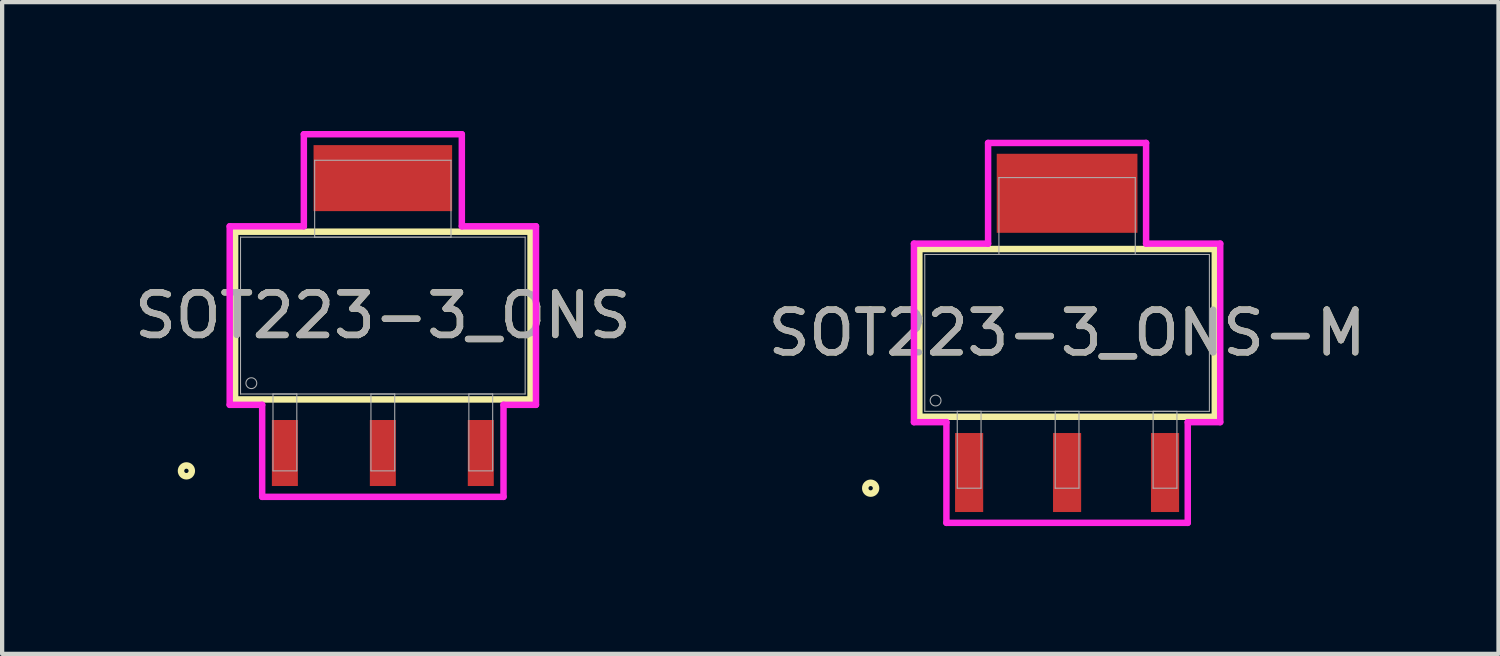
<source format=kicad_pcb>
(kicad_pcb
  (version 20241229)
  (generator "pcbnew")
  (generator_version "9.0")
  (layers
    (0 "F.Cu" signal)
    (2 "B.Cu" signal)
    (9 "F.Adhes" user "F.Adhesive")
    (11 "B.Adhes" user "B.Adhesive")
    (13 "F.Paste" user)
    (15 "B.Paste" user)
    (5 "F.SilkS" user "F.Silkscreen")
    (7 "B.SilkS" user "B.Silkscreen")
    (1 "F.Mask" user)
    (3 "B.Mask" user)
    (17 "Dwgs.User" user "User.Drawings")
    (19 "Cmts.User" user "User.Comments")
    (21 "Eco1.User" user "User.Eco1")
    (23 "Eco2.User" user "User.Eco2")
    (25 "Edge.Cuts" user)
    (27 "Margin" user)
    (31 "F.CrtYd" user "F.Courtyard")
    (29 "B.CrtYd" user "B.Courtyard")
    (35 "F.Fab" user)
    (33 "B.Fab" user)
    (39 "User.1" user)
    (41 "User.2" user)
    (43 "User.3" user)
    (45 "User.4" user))
  (footprint "SOT223-3_ONS-M"
    (layer "F.Cu")
    (at 21.994 4.763)
    (property "Reference" "SOT223-3_ONS-M" (at 0 0 0) (unlocked yes) (layer "F.SilkS") (effects (font (size 1 1) (thickness 0.15))))
    (attr smd)
    (fp_poly (pts (xy 1.651 -4.204) (xy -1.651 -4.204) (xy -1.651 -2.349) (xy 1.651 -2.349)) (stroke (width 0) (type solid)) (fill yes) (layer "F.Cu"))
    (fp_poly (pts (xy 1.702 -4.763) (xy -1.702 -4.763) (xy -1.702 -1.892) (xy 1.702 -1.892)) (stroke (width 0) (type solid)) (fill yes) (layer "F.Mask"))
    (fp_line (start -3.467 -1.968) (end -3.467 1.968) (stroke (width 0.152) (type solid)) (layer "F.SilkS"))
    (fp_line (start -3.467 1.968) (end 3.467 1.968) (stroke (width 0.152) (type solid)) (layer "F.SilkS"))
    (fp_line (start 3.467 -1.968) (end -3.467 -1.968) (stroke (width 0.152) (type solid)) (layer "F.SilkS"))
    (fp_line (start 3.467 1.968) (end 3.467 -1.968) (stroke (width 0.152) (type solid)) (layer "F.SilkS"))
    (fp_circle (center -4.61 3.645) (end -4.483 3.645) (stroke (width 0.152) (type solid)) (fill no) (layer "F.SilkS"))
    (fp_poly (pts (xy 1.651 -4.204) (xy -1.651 -4.204) (xy -1.651 -2.349) (xy 1.651 -2.349)) (stroke (width 0) (type solid)) (fill yes) (layer "F.Paste"))
    (fp_line (start -3.594 -2.095) (end -1.854 -2.095) (stroke (width 0.152) (type solid)) (layer "F.CrtYd"))
    (fp_line (start -3.594 2.095) (end -3.594 -2.095) (stroke (width 0.152) (type solid)) (layer "F.CrtYd"))
    (fp_line (start -2.832 2.095) (end -3.594 2.095) (stroke (width 0.152) (type solid)) (layer "F.CrtYd"))
    (fp_line (start -2.832 4.458) (end -2.832 2.095) (stroke (width 0.152) (type solid)) (layer "F.CrtYd"))
    (fp_line (start -1.854 -4.458) (end 1.854 -4.458) (stroke (width 0.152) (type solid)) (layer "F.CrtYd"))
    (fp_line (start -1.854 -2.095) (end -1.854 -4.458) (stroke (width 0.152) (type solid)) (layer "F.CrtYd"))
    (fp_line (start 1.854 -4.458) (end 1.854 -2.095) (stroke (width 0.152) (type solid)) (layer "F.CrtYd"))
    (fp_line (start 1.854 -2.095) (end 3.594 -2.095) (stroke (width 0.152) (type solid)) (layer "F.CrtYd"))
    (fp_line (start 2.832 2.095) (end 2.832 4.458) (stroke (width 0.152) (type solid)) (layer "F.CrtYd"))
    (fp_line (start 2.832 4.458) (end -2.832 4.458) (stroke (width 0.152) (type solid)) (layer "F.CrtYd"))
    (fp_line (start 3.594 -2.095) (end 3.594 2.095) (stroke (width 0.152) (type solid)) (layer "F.CrtYd"))
    (fp_line (start 3.594 2.095) (end 2.832 2.095) (stroke (width 0.152) (type solid)) (layer "F.CrtYd"))
    (fp_line (start -3.34 -1.841) (end -3.34 1.841) (stroke (width 0.025) (type solid)) (layer "F.Fab"))
    (fp_line (start -3.34 1.841) (end 3.34 1.841) (stroke (width 0.025) (type solid)) (layer "F.Fab"))
    (fp_line (start -2.578 1.841) (end -2.578 3.645) (stroke (width 0.025) (type solid)) (layer "F.Fab"))
    (fp_line (start -2.578 3.645) (end -2.019 3.645) (stroke (width 0.025) (type solid)) (layer "F.Fab"))
    (fp_line (start -2.019 1.841) (end -2.578 1.841) (stroke (width 0.025) (type solid)) (layer "F.Fab"))
    (fp_line (start -2.019 3.645) (end -2.019 1.841) (stroke (width 0.025) (type solid)) (layer "F.Fab"))
    (fp_line (start -1.6 -3.645) (end -1.6 -1.841) (stroke (width 0.025) (type solid)) (layer "F.Fab"))
    (fp_line (start -1.6 -1.841) (end 1.6 -1.841) (stroke (width 0.025) (type solid)) (layer "F.Fab"))
    (fp_line (start -0.279 1.841) (end -0.279 3.645) (stroke (width 0.025) (type solid)) (layer "F.Fab"))
    (fp_line (start -0.279 3.645) (end 0.279 3.645) (stroke (width 0.025) (type solid)) (layer "F.Fab"))
    (fp_line (start 0.279 1.841) (end -0.279 1.841) (stroke (width 0.025) (type solid)) (layer "F.Fab"))
    (fp_line (start 0.279 3.645) (end 0.279 1.841) (stroke (width 0.025) (type solid)) (layer "F.Fab"))
    (fp_line (start 1.6 -3.645) (end -1.6 -3.645) (stroke (width 0.025) (type solid)) (layer "F.Fab"))
    (fp_line (start 1.6 -1.841) (end 1.6 -3.645) (stroke (width 0.025) (type solid)) (layer "F.Fab"))
    (fp_line (start 2.019 1.841) (end 2.019 3.645) (stroke (width 0.025) (type solid)) (layer "F.Fab"))
    (fp_line (start 2.019 3.645) (end 2.578 3.645) (stroke (width 0.025) (type solid)) (layer "F.Fab"))
    (fp_line (start 2.578 1.841) (end 2.019 1.841) (stroke (width 0.025) (type solid)) (layer "F.Fab"))
    (fp_line (start 2.578 3.645) (end 2.578 1.841) (stroke (width 0.025) (type solid)) (layer "F.Fab"))
    (fp_line (start 3.34 -1.841) (end -3.34 -1.841) (stroke (width 0.025) (type solid)) (layer "F.Fab"))
    (fp_line (start 3.34 1.841) (end 3.34 -1.841) (stroke (width 0.025) (type solid)) (layer "F.Fab"))
    (fp_circle (center -3.086 1.587) (end -2.959 1.587) (stroke (width 0.025) (type solid)) (fill no) (layer "F.Fab"))
    (fp_text user "${REFERENCE}" (at 0 0 0) (unlocked yes) (layer "F.Fab") (effects (font (size 1 1) (thickness 0.15))))
    (pad "1" smd rect (at -2.299 3.277) (size 0.66 1.854) (layers "F.Cu" "F.Mask" "F.Paste"))
    (pad "2" smd rect (at 0 3.277) (size 0.66 1.854) (layers "F.Cu" "F.Mask" "F.Paste"))
    (pad "3" smd rect (at 2.299 3.277) (size 0.66 1.854) (layers "F.Cu" "F.Mask" "F.Paste")))
  (footprint "SOT223-3_ONS"
    (layer "F.Cu")
    (at 5.935 4.356)
    (property "Reference" "SOT223-3_ONS" (at 0 0 0) (unlocked yes) (layer "F.SilkS") (effects (font (size 1 1) (thickness 0.15))))
    (attr smd)
    (fp_poly (pts (xy 1.626 -4) (xy -1.626 -4) (xy -1.626 -2.451) (xy 1.626 -2.451)) (stroke (width 0) (type solid)) (fill yes) (layer "F.Cu"))
    (fp_poly (pts (xy 1.651 -4.356) (xy -1.651 -4.356) (xy -1.651 -2.095) (xy 1.651 -2.095)) (stroke (width 0) (type solid)) (fill yes) (layer "F.Mask"))
    (fp_line (start -3.467 -1.968) (end -3.467 1.968) (stroke (width 0.152) (type solid)) (layer "F.SilkS"))
    (fp_line (start -3.467 1.968) (end 3.467 1.968) (stroke (width 0.152) (type solid)) (layer "F.SilkS"))
    (fp_line (start 3.467 -1.968) (end -3.467 -1.968) (stroke (width 0.152) (type solid)) (layer "F.SilkS"))
    (fp_line (start 3.467 1.968) (end 3.467 -1.968) (stroke (width 0.152) (type solid)) (layer "F.SilkS"))
    (fp_circle (center -4.61 3.645) (end -4.483 3.645) (stroke (width 0.152) (type solid)) (fill no) (layer "F.SilkS"))
    (fp_poly (pts (xy 1.626 -4) (xy -1.626 -4) (xy -1.626 -2.451) (xy 1.626 -2.451)) (stroke (width 0) (type solid)) (fill yes) (layer "F.Paste"))
    (fp_line (start -3.594 -2.095) (end -1.854 -2.095) (stroke (width 0.152) (type solid)) (layer "F.CrtYd"))
    (fp_line (start -3.594 2.095) (end -3.594 -2.095) (stroke (width 0.152) (type solid)) (layer "F.CrtYd"))
    (fp_line (start -2.832 2.095) (end -3.594 2.095) (stroke (width 0.152) (type solid)) (layer "F.CrtYd"))
    (fp_line (start -2.832 4.255) (end -2.832 2.095) (stroke (width 0.152) (type solid)) (layer "F.CrtYd"))
    (fp_line (start -1.854 -4.255) (end 1.854 -4.255) (stroke (width 0.152) (type solid)) (layer "F.CrtYd"))
    (fp_line (start -1.854 -2.095) (end -1.854 -4.255) (stroke (width 0.152) (type solid)) (layer "F.CrtYd"))
    (fp_line (start 1.854 -4.255) (end 1.854 -2.095) (stroke (width 0.152) (type solid)) (layer "F.CrtYd"))
    (fp_line (start 1.854 -2.095) (end 3.594 -2.095) (stroke (width 0.152) (type solid)) (layer "F.CrtYd"))
    (fp_line (start 2.832 2.095) (end 2.832 4.255) (stroke (width 0.152) (type solid)) (layer "F.CrtYd"))
    (fp_line (start 2.832 4.255) (end -2.832 4.255) (stroke (width 0.152) (type solid)) (layer "F.CrtYd"))
    (fp_line (start 3.594 -2.095) (end 3.594 2.095) (stroke (width 0.152) (type solid)) (layer "F.CrtYd"))
    (fp_line (start 3.594 2.095) (end 2.832 2.095) (stroke (width 0.152) (type solid)) (layer "F.CrtYd"))
    (fp_line (start -3.34 -1.841) (end -3.34 1.841) (stroke (width 0.025) (type solid)) (layer "F.Fab"))
    (fp_line (start -3.34 1.841) (end 3.34 1.841) (stroke (width 0.025) (type solid)) (layer "F.Fab"))
    (fp_line (start -2.578 1.841) (end -2.578 3.645) (stroke (width 0.025) (type solid)) (layer "F.Fab"))
    (fp_line (start -2.578 3.645) (end -2.019 3.645) (stroke (width 0.025) (type solid)) (layer "F.Fab"))
    (fp_line (start -2.019 1.841) (end -2.578 1.841) (stroke (width 0.025) (type solid)) (layer "F.Fab"))
    (fp_line (start -2.019 3.645) (end -2.019 1.841) (stroke (width 0.025) (type solid)) (layer "F.Fab"))
    (fp_line (start -1.6 -3.645) (end -1.6 -1.841) (stroke (width 0.025) (type solid)) (layer "F.Fab"))
    (fp_line (start -1.6 -1.841) (end 1.6 -1.841) (stroke (width 0.025) (type solid)) (layer "F.Fab"))
    (fp_line (start -0.279 1.841) (end -0.279 3.645) (stroke (width 0.025) (type solid)) (layer "F.Fab"))
    (fp_line (start -0.279 3.645) (end 0.279 3.645) (stroke (width 0.025) (type solid)) (layer "F.Fab"))
    (fp_line (start 0.279 1.841) (end -0.279 1.841) (stroke (width 0.025) (type solid)) (layer "F.Fab"))
    (fp_line (start 0.279 3.645) (end 0.279 1.841) (stroke (width 0.025) (type solid)) (layer "F.Fab"))
    (fp_line (start 1.6 -3.645) (end -1.6 -3.645) (stroke (width 0.025) (type solid)) (layer "F.Fab"))
    (fp_line (start 1.6 -1.841) (end 1.6 -3.645) (stroke (width 0.025) (type solid)) (layer "F.Fab"))
    (fp_line (start 2.019 1.841) (end 2.019 3.645) (stroke (width 0.025) (type solid)) (layer "F.Fab"))
    (fp_line (start 2.019 3.645) (end 2.578 3.645) (stroke (width 0.025) (type solid)) (layer "F.Fab"))
    (fp_line (start 2.578 1.841) (end 2.019 1.841) (stroke (width 0.025) (type solid)) (layer "F.Fab"))
    (fp_line (start 2.578 3.645) (end 2.578 1.841) (stroke (width 0.025) (type solid)) (layer "F.Fab"))
    (fp_line (start 3.34 -1.841) (end -3.34 -1.841) (stroke (width 0.025) (type solid)) (layer "F.Fab"))
    (fp_line (start 3.34 1.841) (end 3.34 -1.841) (stroke (width 0.025) (type solid)) (layer "F.Fab"))
    (fp_circle (center -3.086 1.587) (end -2.959 1.587) (stroke (width 0.025) (type solid)) (fill no) (layer "F.Fab"))
    (fp_text user "${REFERENCE}" (at 0 0 0) (unlocked yes) (layer "F.Fab") (effects (font (size 1 1) (thickness 0.15))))
    (pad "1" smd rect (at -2.299 3.226) (size 0.61 1.549) (layers "F.Cu" "F.Mask" "F.Paste"))
    (pad "2" smd rect (at 0 3.226) (size 0.61 1.549) (layers "F.Cu" "F.Mask" "F.Paste"))
    (pad "3" smd rect (at 2.299 3.226) (size 0.61 1.549) (layers "F.Cu" "F.Mask" "F.Paste")))
  (gr_rect
    (start -3 -3)
    (end 32.119 12.296)
    (stroke (width 0.1) (type default))
    (fill no)
    (layer "Edge.Cuts")))
</source>
